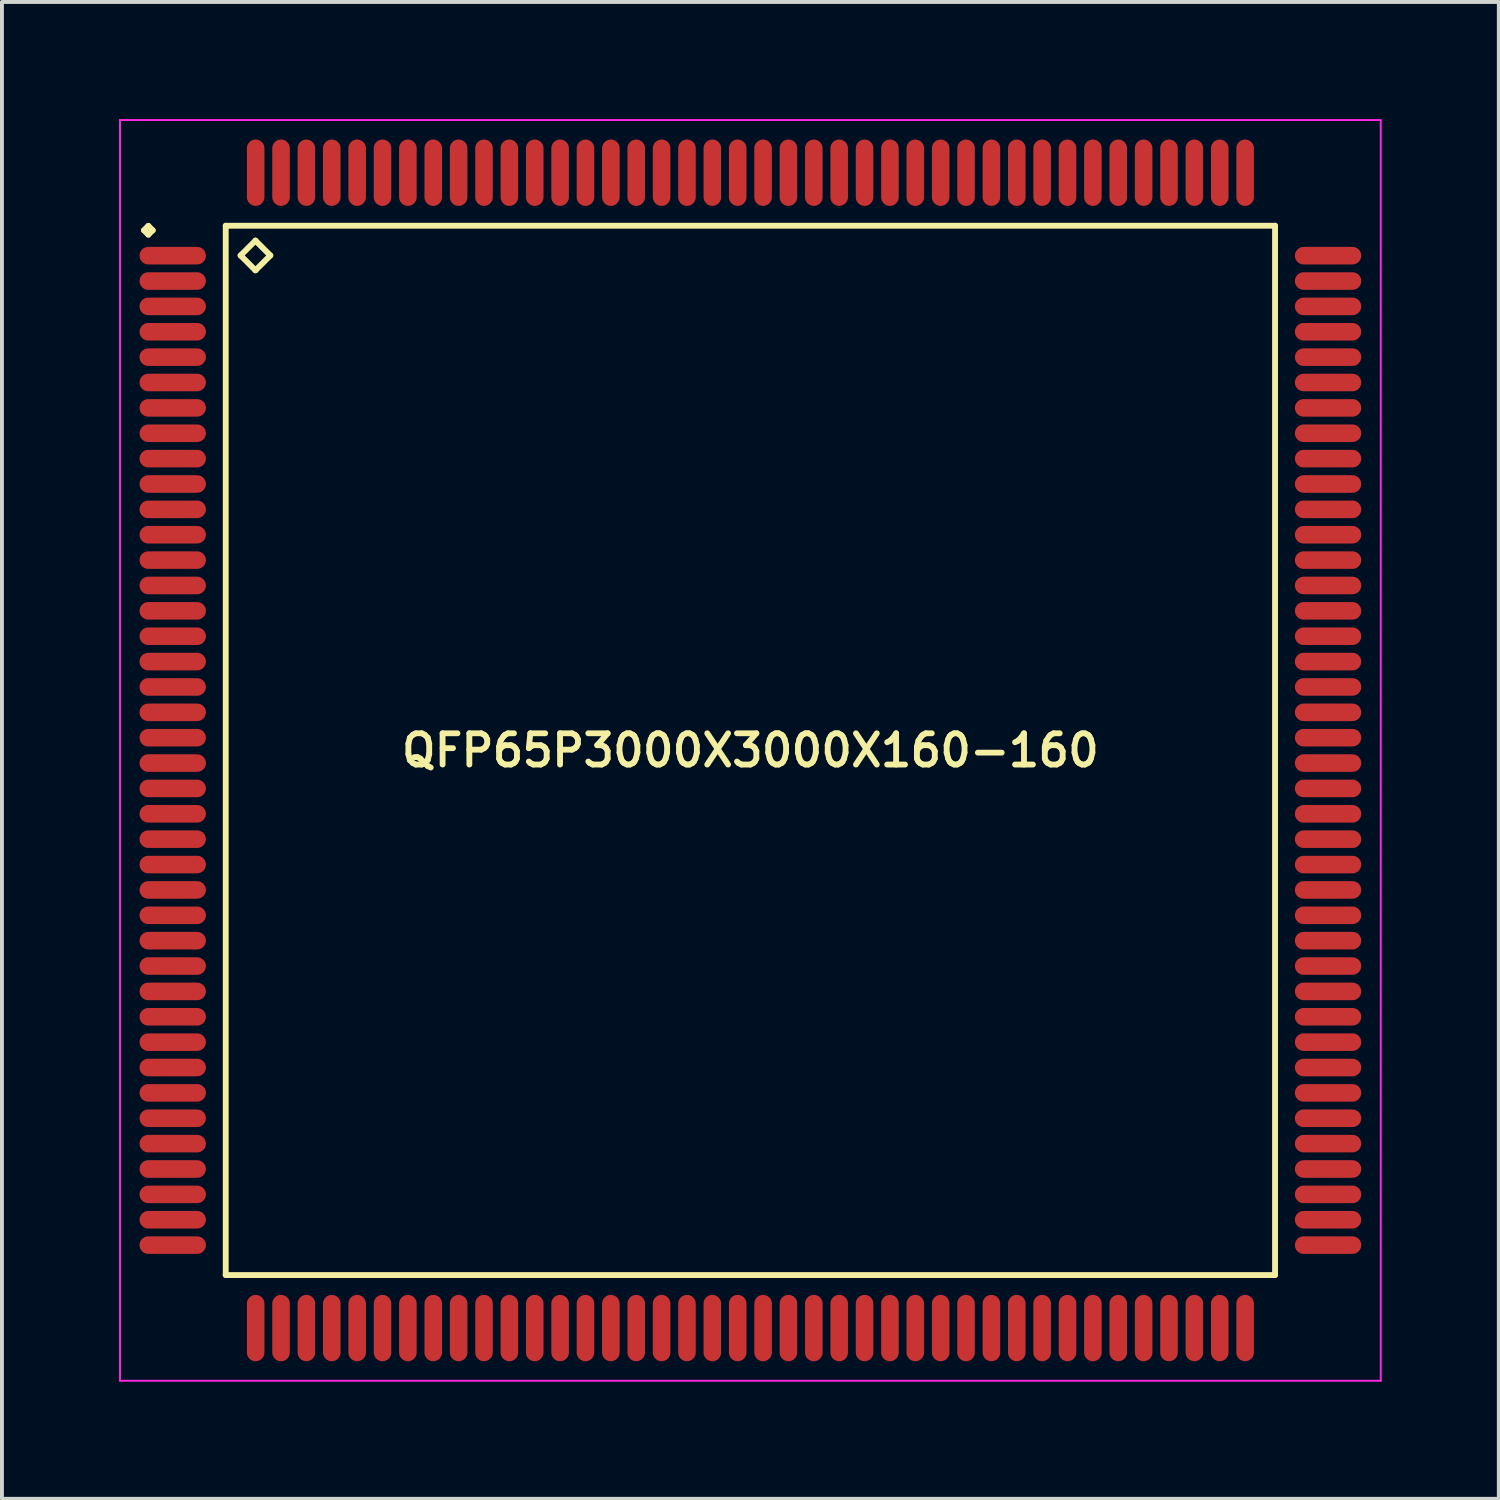
<source format=kicad_pcb>
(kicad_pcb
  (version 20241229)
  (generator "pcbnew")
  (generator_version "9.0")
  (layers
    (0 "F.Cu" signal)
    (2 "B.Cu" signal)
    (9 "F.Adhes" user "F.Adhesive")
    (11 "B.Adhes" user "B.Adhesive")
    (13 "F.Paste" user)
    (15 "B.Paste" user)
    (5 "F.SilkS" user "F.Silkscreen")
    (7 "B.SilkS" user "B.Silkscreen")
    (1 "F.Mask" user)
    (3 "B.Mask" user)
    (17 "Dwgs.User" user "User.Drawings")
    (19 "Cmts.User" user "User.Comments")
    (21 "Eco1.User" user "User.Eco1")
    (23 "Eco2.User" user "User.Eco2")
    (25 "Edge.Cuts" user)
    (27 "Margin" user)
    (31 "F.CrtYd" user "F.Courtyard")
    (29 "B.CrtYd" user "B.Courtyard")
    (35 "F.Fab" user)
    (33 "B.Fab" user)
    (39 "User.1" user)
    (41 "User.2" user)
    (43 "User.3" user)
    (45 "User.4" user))
  (footprint "QFP65P3000X3000X160-160"
    (layer "F.Cu")
    (at 16.175 16.175)
    (property "Reference" "QFP65P3000X3000X160-160" (at 0 0 0) (layer "F.SilkS") (effects (font (size 0.8 0.8) (thickness 0.15))))
    (attr smd)
    (fp_line (start -15.537 -13.325) (end -15.425 -13.438) (stroke (width 0.15) (type solid)) (layer "F.SilkS"))
    (fp_line (start -15.425 -13.438) (end -15.312 -13.325) (stroke (width 0.15) (type solid)) (layer "F.SilkS"))
    (fp_line (start -15.425 -13.213) (end -15.537 -13.325) (stroke (width 0.15) (type solid)) (layer "F.SilkS"))
    (fp_line (start -15.312 -13.325) (end -15.425 -13.213) (stroke (width 0.15) (type solid)) (layer "F.SilkS"))
    (fp_line (start -13.442 -13.442) (end -13.442 13.442) (stroke (width 0.15) (type solid)) (layer "F.SilkS"))
    (fp_line (start -13.442 13.442) (end 13.442 13.442) (stroke (width 0.15) (type solid)) (layer "F.SilkS"))
    (fp_line (start -13.061 -12.68) (end -12.68 -13.061) (stroke (width 0.15) (type solid)) (layer "F.SilkS"))
    (fp_line (start -12.68 -13.061) (end -12.299 -12.68) (stroke (width 0.15) (type solid)) (layer "F.SilkS"))
    (fp_line (start -12.68 -12.299) (end -13.061 -12.68) (stroke (width 0.15) (type solid)) (layer "F.SilkS"))
    (fp_line (start -12.299 -12.68) (end -12.68 -12.299) (stroke (width 0.15) (type solid)) (layer "F.SilkS"))
    (fp_line (start 13.442 -13.442) (end -13.442 -13.442) (stroke (width 0.15) (type solid)) (layer "F.SilkS"))
    (fp_line (start 13.442 13.442) (end 13.442 -13.442) (stroke (width 0.15) (type solid)) (layer "F.SilkS"))
    (fp_line (start -16.15 -16.15) (end 16.15 -16.15) (stroke (width 0.05) (type solid)) (layer "F.CrtYd"))
    (fp_line (start -16.15 16.15) (end -16.15 -16.15) (stroke (width 0.05) (type solid)) (layer "F.CrtYd"))
    (fp_line (start 16.15 -16.15) (end 16.15 16.15) (stroke (width 0.05) (type solid)) (layer "F.CrtYd"))
    (fp_line (start 16.15 16.15) (end -16.15 16.15) (stroke (width 0.05) (type solid)) (layer "F.CrtYd"))
    (pad "1" smd oval (at -14.8 -12.675) (size 1.7 0.45) (layers "F.Cu" "F.Mask" "F.Paste"))
    (pad "2" smd oval (at -14.8 -12.025) (size 1.7 0.45) (layers "F.Cu" "F.Mask" "F.Paste"))
    (pad "3" smd oval (at -14.8 -11.375) (size 1.7 0.45) (layers "F.Cu" "F.Mask" "F.Paste"))
    (pad "4" smd oval (at -14.8 -10.725) (size 1.7 0.45) (layers "F.Cu" "F.Mask" "F.Paste"))
    (pad "5" smd oval (at -14.8 -10.075) (size 1.7 0.45) (layers "F.Cu" "F.Mask" "F.Paste"))
    (pad "6" smd oval (at -14.8 -9.425) (size 1.7 0.45) (layers "F.Cu" "F.Mask" "F.Paste"))
    (pad "7" smd oval (at -14.8 -8.775) (size 1.7 0.45) (layers "F.Cu" "F.Mask" "F.Paste"))
    (pad "8" smd oval (at -14.8 -8.125) (size 1.7 0.45) (layers "F.Cu" "F.Mask" "F.Paste"))
    (pad "9" smd oval (at -14.8 -7.475) (size 1.7 0.45) (layers "F.Cu" "F.Mask" "F.Paste"))
    (pad "10" smd oval (at -14.8 -6.825) (size 1.7 0.45) (layers "F.Cu" "F.Mask" "F.Paste"))
    (pad "11" smd oval (at -14.8 -6.175) (size 1.7 0.45) (layers "F.Cu" "F.Mask" "F.Paste"))
    (pad "12" smd oval (at -14.8 -5.525) (size 1.7 0.45) (layers "F.Cu" "F.Mask" "F.Paste"))
    (pad "13" smd oval (at -14.8 -4.875) (size 1.7 0.45) (layers "F.Cu" "F.Mask" "F.Paste"))
    (pad "14" smd oval (at -14.8 -4.225) (size 1.7 0.45) (layers "F.Cu" "F.Mask" "F.Paste"))
    (pad "15" smd oval (at -14.8 -3.575) (size 1.7 0.45) (layers "F.Cu" "F.Mask" "F.Paste"))
    (pad "16" smd oval (at -14.8 -2.925) (size 1.7 0.45) (layers "F.Cu" "F.Mask" "F.Paste"))
    (pad "17" smd oval (at -14.8 -2.275) (size 1.7 0.45) (layers "F.Cu" "F.Mask" "F.Paste"))
    (pad "18" smd oval (at -14.8 -1.625) (size 1.7 0.45) (layers "F.Cu" "F.Mask" "F.Paste"))
    (pad "19" smd oval (at -14.8 -0.975) (size 1.7 0.45) (layers "F.Cu" "F.Mask" "F.Paste"))
    (pad "20" smd oval (at -14.8 -0.325) (size 1.7 0.45) (layers "F.Cu" "F.Mask" "F.Paste"))
    (pad "21" smd oval (at -14.8 0.325) (size 1.7 0.45) (layers "F.Cu" "F.Mask" "F.Paste"))
    (pad "22" smd oval (at -14.8 0.975) (size 1.7 0.45) (layers "F.Cu" "F.Mask" "F.Paste"))
    (pad "23" smd oval (at -14.8 1.625) (size 1.7 0.45) (layers "F.Cu" "F.Mask" "F.Paste"))
    (pad "24" smd oval (at -14.8 2.275) (size 1.7 0.45) (layers "F.Cu" "F.Mask" "F.Paste"))
    (pad "25" smd oval (at -14.8 2.925) (size 1.7 0.45) (layers "F.Cu" "F.Mask" "F.Paste"))
    (pad "26" smd oval (at -14.8 3.575) (size 1.7 0.45) (layers "F.Cu" "F.Mask" "F.Paste"))
    (pad "27" smd oval (at -14.8 4.225) (size 1.7 0.45) (layers "F.Cu" "F.Mask" "F.Paste"))
    (pad "28" smd oval (at -14.8 4.875) (size 1.7 0.45) (layers "F.Cu" "F.Mask" "F.Paste"))
    (pad "29" smd oval (at -14.8 5.525) (size 1.7 0.45) (layers "F.Cu" "F.Mask" "F.Paste"))
    (pad "30" smd oval (at -14.8 6.175) (size 1.7 0.45) (layers "F.Cu" "F.Mask" "F.Paste"))
    (pad "31" smd oval (at -14.8 6.825) (size 1.7 0.45) (layers "F.Cu" "F.Mask" "F.Paste"))
    (pad "32" smd oval (at -14.8 7.475) (size 1.7 0.45) (layers "F.Cu" "F.Mask" "F.Paste"))
    (pad "33" smd oval (at -14.8 8.125) (size 1.7 0.45) (layers "F.Cu" "F.Mask" "F.Paste"))
    (pad "34" smd oval (at -14.8 8.775) (size 1.7 0.45) (layers "F.Cu" "F.Mask" "F.Paste"))
    (pad "35" smd oval (at -14.8 9.425) (size 1.7 0.45) (layers "F.Cu" "F.Mask" "F.Paste"))
    (pad "36" smd oval (at -14.8 10.075) (size 1.7 0.45) (layers "F.Cu" "F.Mask" "F.Paste"))
    (pad "37" smd oval (at -14.8 10.725) (size 1.7 0.45) (layers "F.Cu" "F.Mask" "F.Paste"))
    (pad "38" smd oval (at -14.8 11.375) (size 1.7 0.45) (layers "F.Cu" "F.Mask" "F.Paste"))
    (pad "39" smd oval (at -14.8 12.025) (size 1.7 0.45) (layers "F.Cu" "F.Mask" "F.Paste"))
    (pad "40" smd oval (at -14.8 12.675) (size 1.7 0.45) (layers "F.Cu" "F.Mask" "F.Paste"))
    (pad "41" smd oval (at -12.675 14.8) (size 0.45 1.7) (layers "F.Cu" "F.Mask" "F.Paste"))
    (pad "42" smd oval (at -12.025 14.8) (size 0.45 1.7) (layers "F.Cu" "F.Mask" "F.Paste"))
    (pad "43" smd oval (at -11.375 14.8) (size 0.45 1.7) (layers "F.Cu" "F.Mask" "F.Paste"))
    (pad "44" smd oval (at -10.725 14.8) (size 0.45 1.7) (layers "F.Cu" "F.Mask" "F.Paste"))
    (pad "45" smd oval (at -10.075 14.8) (size 0.45 1.7) (layers "F.Cu" "F.Mask" "F.Paste"))
    (pad "46" smd oval (at -9.425 14.8) (size 0.45 1.7) (layers "F.Cu" "F.Mask" "F.Paste"))
    (pad "47" smd oval (at -8.775 14.8) (size 0.45 1.7) (layers "F.Cu" "F.Mask" "F.Paste"))
    (pad "48" smd oval (at -8.125 14.8) (size 0.45 1.7) (layers "F.Cu" "F.Mask" "F.Paste"))
    (pad "49" smd oval (at -7.475 14.8) (size 0.45 1.7) (layers "F.Cu" "F.Mask" "F.Paste"))
    (pad "50" smd oval (at -6.825 14.8) (size 0.45 1.7) (layers "F.Cu" "F.Mask" "F.Paste"))
    (pad "51" smd oval (at -6.175 14.8) (size 0.45 1.7) (layers "F.Cu" "F.Mask" "F.Paste"))
    (pad "52" smd oval (at -5.525 14.8) (size 0.45 1.7) (layers "F.Cu" "F.Mask" "F.Paste"))
    (pad "53" smd oval (at -4.875 14.8) (size 0.45 1.7) (layers "F.Cu" "F.Mask" "F.Paste"))
    (pad "54" smd oval (at -4.225 14.8) (size 0.45 1.7) (layers "F.Cu" "F.Mask" "F.Paste"))
    (pad "55" smd oval (at -3.575 14.8) (size 0.45 1.7) (layers "F.Cu" "F.Mask" "F.Paste"))
    (pad "56" smd oval (at -2.925 14.8) (size 0.45 1.7) (layers "F.Cu" "F.Mask" "F.Paste"))
    (pad "57" smd oval (at -2.275 14.8) (size 0.45 1.7) (layers "F.Cu" "F.Mask" "F.Paste"))
    (pad "58" smd oval (at -1.625 14.8) (size 0.45 1.7) (layers "F.Cu" "F.Mask" "F.Paste"))
    (pad "59" smd oval (at -0.975 14.8) (size 0.45 1.7) (layers "F.Cu" "F.Mask" "F.Paste"))
    (pad "60" smd oval (at -0.325 14.8) (size 0.45 1.7) (layers "F.Cu" "F.Mask" "F.Paste"))
    (pad "61" smd oval (at 0.325 14.8) (size 0.45 1.7) (layers "F.Cu" "F.Mask" "F.Paste"))
    (pad "62" smd oval (at 0.975 14.8) (size 0.45 1.7) (layers "F.Cu" "F.Mask" "F.Paste"))
    (pad "63" smd oval (at 1.625 14.8) (size 0.45 1.7) (layers "F.Cu" "F.Mask" "F.Paste"))
    (pad "64" smd oval (at 2.275 14.8) (size 0.45 1.7) (layers "F.Cu" "F.Mask" "F.Paste"))
    (pad "65" smd oval (at 2.925 14.8) (size 0.45 1.7) (layers "F.Cu" "F.Mask" "F.Paste"))
    (pad "66" smd oval (at 3.575 14.8) (size 0.45 1.7) (layers "F.Cu" "F.Mask" "F.Paste"))
    (pad "67" smd oval (at 4.225 14.8) (size 0.45 1.7) (layers "F.Cu" "F.Mask" "F.Paste"))
    (pad "68" smd oval (at 4.875 14.8) (size 0.45 1.7) (layers "F.Cu" "F.Mask" "F.Paste"))
    (pad "69" smd oval (at 5.525 14.8) (size 0.45 1.7) (layers "F.Cu" "F.Mask" "F.Paste"))
    (pad "70" smd oval (at 6.175 14.8) (size 0.45 1.7) (layers "F.Cu" "F.Mask" "F.Paste"))
    (pad "71" smd oval (at 6.825 14.8) (size 0.45 1.7) (layers "F.Cu" "F.Mask" "F.Paste"))
    (pad "72" smd oval (at 7.475 14.8) (size 0.45 1.7) (layers "F.Cu" "F.Mask" "F.Paste"))
    (pad "73" smd oval (at 8.125 14.8) (size 0.45 1.7) (layers "F.Cu" "F.Mask" "F.Paste"))
    (pad "74" smd oval (at 8.775 14.8) (size 0.45 1.7) (layers "F.Cu" "F.Mask" "F.Paste"))
    (pad "75" smd oval (at 9.425 14.8) (size 0.45 1.7) (layers "F.Cu" "F.Mask" "F.Paste"))
    (pad "76" smd oval (at 10.075 14.8) (size 0.45 1.7) (layers "F.Cu" "F.Mask" "F.Paste"))
    (pad "77" smd oval (at 10.725 14.8) (size 0.45 1.7) (layers "F.Cu" "F.Mask" "F.Paste"))
    (pad "78" smd oval (at 11.375 14.8) (size 0.45 1.7) (layers "F.Cu" "F.Mask" "F.Paste"))
    (pad "79" smd oval (at 12.025 14.8) (size 0.45 1.7) (layers "F.Cu" "F.Mask" "F.Paste"))
    (pad "80" smd oval (at 12.675 14.8) (size 0.45 1.7) (layers "F.Cu" "F.Mask" "F.Paste"))
    (pad "81" smd oval (at 14.8 12.675) (size 1.7 0.45) (layers "F.Cu" "F.Mask" "F.Paste"))
    (pad "82" smd oval (at 14.8 12.025) (size 1.7 0.45) (layers "F.Cu" "F.Mask" "F.Paste"))
    (pad "83" smd oval (at 14.8 11.375) (size 1.7 0.45) (layers "F.Cu" "F.Mask" "F.Paste"))
    (pad "84" smd oval (at 14.8 10.725) (size 1.7 0.45) (layers "F.Cu" "F.Mask" "F.Paste"))
    (pad "85" smd oval (at 14.8 10.075) (size 1.7 0.45) (layers "F.Cu" "F.Mask" "F.Paste"))
    (pad "86" smd oval (at 14.8 9.425) (size 1.7 0.45) (layers "F.Cu" "F.Mask" "F.Paste"))
    (pad "87" smd oval (at 14.8 8.775) (size 1.7 0.45) (layers "F.Cu" "F.Mask" "F.Paste"))
    (pad "88" smd oval (at 14.8 8.125) (size 1.7 0.45) (layers "F.Cu" "F.Mask" "F.Paste"))
    (pad "89" smd oval (at 14.8 7.475) (size 1.7 0.45) (layers "F.Cu" "F.Mask" "F.Paste"))
    (pad "90" smd oval (at 14.8 6.825) (size 1.7 0.45) (layers "F.Cu" "F.Mask" "F.Paste"))
    (pad "91" smd oval (at 14.8 6.175) (size 1.7 0.45) (layers "F.Cu" "F.Mask" "F.Paste"))
    (pad "92" smd oval (at 14.8 5.525) (size 1.7 0.45) (layers "F.Cu" "F.Mask" "F.Paste"))
    (pad "93" smd oval (at 14.8 4.875) (size 1.7 0.45) (layers "F.Cu" "F.Mask" "F.Paste"))
    (pad "94" smd oval (at 14.8 4.225) (size 1.7 0.45) (layers "F.Cu" "F.Mask" "F.Paste"))
    (pad "95" smd oval (at 14.8 3.575) (size 1.7 0.45) (layers "F.Cu" "F.Mask" "F.Paste"))
    (pad "96" smd oval (at 14.8 2.925) (size 1.7 0.45) (layers "F.Cu" "F.Mask" "F.Paste"))
    (pad "97" smd oval (at 14.8 2.275) (size 1.7 0.45) (layers "F.Cu" "F.Mask" "F.Paste"))
    (pad "98" smd oval (at 14.8 1.625) (size 1.7 0.45) (layers "F.Cu" "F.Mask" "F.Paste"))
    (pad "99" smd oval (at 14.8 0.975) (size 1.7 0.45) (layers "F.Cu" "F.Mask" "F.Paste"))
    (pad "100" smd oval (at 14.8 0.325) (size 1.7 0.45) (layers "F.Cu" "F.Mask" "F.Paste"))
    (pad "101" smd oval (at 14.8 -0.325) (size 1.7 0.45) (layers "F.Cu" "F.Mask" "F.Paste"))
    (pad "102" smd oval (at 14.8 -0.975) (size 1.7 0.45) (layers "F.Cu" "F.Mask" "F.Paste"))
    (pad "103" smd oval (at 14.8 -1.625) (size 1.7 0.45) (layers "F.Cu" "F.Mask" "F.Paste"))
    (pad "104" smd oval (at 14.8 -2.275) (size 1.7 0.45) (layers "F.Cu" "F.Mask" "F.Paste"))
    (pad "105" smd oval (at 14.8 -2.925) (size 1.7 0.45) (layers "F.Cu" "F.Mask" "F.Paste"))
    (pad "106" smd oval (at 14.8 -3.575) (size 1.7 0.45) (layers "F.Cu" "F.Mask" "F.Paste"))
    (pad "107" smd oval (at 14.8 -4.225) (size 1.7 0.45) (layers "F.Cu" "F.Mask" "F.Paste"))
    (pad "108" smd oval (at 14.8 -4.875) (size 1.7 0.45) (layers "F.Cu" "F.Mask" "F.Paste"))
    (pad "109" smd oval (at 14.8 -5.525) (size 1.7 0.45) (layers "F.Cu" "F.Mask" "F.Paste"))
    (pad "110" smd oval (at 14.8 -6.175) (size 1.7 0.45) (layers "F.Cu" "F.Mask" "F.Paste"))
    (pad "111" smd oval (at 14.8 -6.825) (size 1.7 0.45) (layers "F.Cu" "F.Mask" "F.Paste"))
    (pad "112" smd oval (at 14.8 -7.475) (size 1.7 0.45) (layers "F.Cu" "F.Mask" "F.Paste"))
    (pad "113" smd oval (at 14.8 -8.125) (size 1.7 0.45) (layers "F.Cu" "F.Mask" "F.Paste"))
    (pad "114" smd oval (at 14.8 -8.775) (size 1.7 0.45) (layers "F.Cu" "F.Mask" "F.Paste"))
    (pad "115" smd oval (at 14.8 -9.425) (size 1.7 0.45) (layers "F.Cu" "F.Mask" "F.Paste"))
    (pad "116" smd oval (at 14.8 -10.075) (size 1.7 0.45) (layers "F.Cu" "F.Mask" "F.Paste"))
    (pad "117" smd oval (at 14.8 -10.725) (size 1.7 0.45) (layers "F.Cu" "F.Mask" "F.Paste"))
    (pad "118" smd oval (at 14.8 -11.375) (size 1.7 0.45) (layers "F.Cu" "F.Mask" "F.Paste"))
    (pad "119" smd oval (at 14.8 -12.025) (size 1.7 0.45) (layers "F.Cu" "F.Mask" "F.Paste"))
    (pad "120" smd oval (at 14.8 -12.675) (size 1.7 0.45) (layers "F.Cu" "F.Mask" "F.Paste"))
    (pad "121" smd oval (at 12.675 -14.8) (size 0.45 1.7) (layers "F.Cu" "F.Mask" "F.Paste"))
    (pad "122" smd oval (at 12.025 -14.8) (size 0.45 1.7) (layers "F.Cu" "F.Mask" "F.Paste"))
    (pad "123" smd oval (at 11.375 -14.8) (size 0.45 1.7) (layers "F.Cu" "F.Mask" "F.Paste"))
    (pad "124" smd oval (at 10.725 -14.8) (size 0.45 1.7) (layers "F.Cu" "F.Mask" "F.Paste"))
    (pad "125" smd oval (at 10.075 -14.8) (size 0.45 1.7) (layers "F.Cu" "F.Mask" "F.Paste"))
    (pad "126" smd oval (at 9.425 -14.8) (size 0.45 1.7) (layers "F.Cu" "F.Mask" "F.Paste"))
    (pad "127" smd oval (at 8.775 -14.8) (size 0.45 1.7) (layers "F.Cu" "F.Mask" "F.Paste"))
    (pad "128" smd oval (at 8.125 -14.8) (size 0.45 1.7) (layers "F.Cu" "F.Mask" "F.Paste"))
    (pad "129" smd oval (at 7.475 -14.8) (size 0.45 1.7) (layers "F.Cu" "F.Mask" "F.Paste"))
    (pad "130" smd oval (at 6.825 -14.8) (size 0.45 1.7) (layers "F.Cu" "F.Mask" "F.Paste"))
    (pad "131" smd oval (at 6.175 -14.8) (size 0.45 1.7) (layers "F.Cu" "F.Mask" "F.Paste"))
    (pad "132" smd oval (at 5.525 -14.8) (size 0.45 1.7) (layers "F.Cu" "F.Mask" "F.Paste"))
    (pad "133" smd oval (at 4.875 -14.8) (size 0.45 1.7) (layers "F.Cu" "F.Mask" "F.Paste"))
    (pad "134" smd oval (at 4.225 -14.8) (size 0.45 1.7) (layers "F.Cu" "F.Mask" "F.Paste"))
    (pad "135" smd oval (at 3.575 -14.8) (size 0.45 1.7) (layers "F.Cu" "F.Mask" "F.Paste"))
    (pad "136" smd oval (at 2.925 -14.8) (size 0.45 1.7) (layers "F.Cu" "F.Mask" "F.Paste"))
    (pad "137" smd oval (at 2.275 -14.8) (size 0.45 1.7) (layers "F.Cu" "F.Mask" "F.Paste"))
    (pad "138" smd oval (at 1.625 -14.8) (size 0.45 1.7) (layers "F.Cu" "F.Mask" "F.Paste"))
    (pad "139" smd oval (at 0.975 -14.8) (size 0.45 1.7) (layers "F.Cu" "F.Mask" "F.Paste"))
    (pad "140" smd oval (at 0.325 -14.8) (size 0.45 1.7) (layers "F.Cu" "F.Mask" "F.Paste"))
    (pad "141" smd oval (at -0.325 -14.8) (size 0.45 1.7) (layers "F.Cu" "F.Mask" "F.Paste"))
    (pad "142" smd oval (at -0.975 -14.8) (size 0.45 1.7) (layers "F.Cu" "F.Mask" "F.Paste"))
    (pad "143" smd oval (at -1.625 -14.8) (size 0.45 1.7) (layers "F.Cu" "F.Mask" "F.Paste"))
    (pad "144" smd oval (at -2.275 -14.8) (size 0.45 1.7) (layers "F.Cu" "F.Mask" "F.Paste"))
    (pad "145" smd oval (at -2.925 -14.8) (size 0.45 1.7) (layers "F.Cu" "F.Mask" "F.Paste"))
    (pad "146" smd oval (at -3.575 -14.8) (size 0.45 1.7) (layers "F.Cu" "F.Mask" "F.Paste"))
    (pad "147" smd oval (at -4.225 -14.8) (size 0.45 1.7) (layers "F.Cu" "F.Mask" "F.Paste"))
    (pad "148" smd oval (at -4.875 -14.8) (size 0.45 1.7) (layers "F.Cu" "F.Mask" "F.Paste"))
    (pad "149" smd oval (at -5.525 -14.8) (size 0.45 1.7) (layers "F.Cu" "F.Mask" "F.Paste"))
    (pad "150" smd oval (at -6.175 -14.8) (size 0.45 1.7) (layers "F.Cu" "F.Mask" "F.Paste"))
    (pad "151" smd oval (at -6.825 -14.8) (size 0.45 1.7) (layers "F.Cu" "F.Mask" "F.Paste"))
    (pad "152" smd oval (at -7.475 -14.8) (size 0.45 1.7) (layers "F.Cu" "F.Mask" "F.Paste"))
    (pad "153" smd oval (at -8.125 -14.8) (size 0.45 1.7) (layers "F.Cu" "F.Mask" "F.Paste"))
    (pad "154" smd oval (at -8.775 -14.8) (size 0.45 1.7) (layers "F.Cu" "F.Mask" "F.Paste"))
    (pad "155" smd oval (at -9.425 -14.8) (size 0.45 1.7) (layers "F.Cu" "F.Mask" "F.Paste"))
    (pad "156" smd oval (at -10.075 -14.8) (size 0.45 1.7) (layers "F.Cu" "F.Mask" "F.Paste"))
    (pad "157" smd oval (at -10.725 -14.8) (size 0.45 1.7) (layers "F.Cu" "F.Mask" "F.Paste"))
    (pad "158" smd oval (at -11.375 -14.8) (size 0.45 1.7) (layers "F.Cu" "F.Mask" "F.Paste"))
    (pad "159" smd oval (at -12.025 -14.8) (size 0.45 1.7) (layers "F.Cu" "F.Mask" "F.Paste"))
    (pad "160" smd oval (at -12.675 -14.8) (size 0.45 1.7) (layers "F.Cu" "F.Mask" "F.Paste")))
  (gr_rect
    (start -3 -3)
    (end 35.35 35.35)
    (stroke (width 0.1) (type default))
    (fill no)
    (layer "Edge.Cuts")))
</source>
